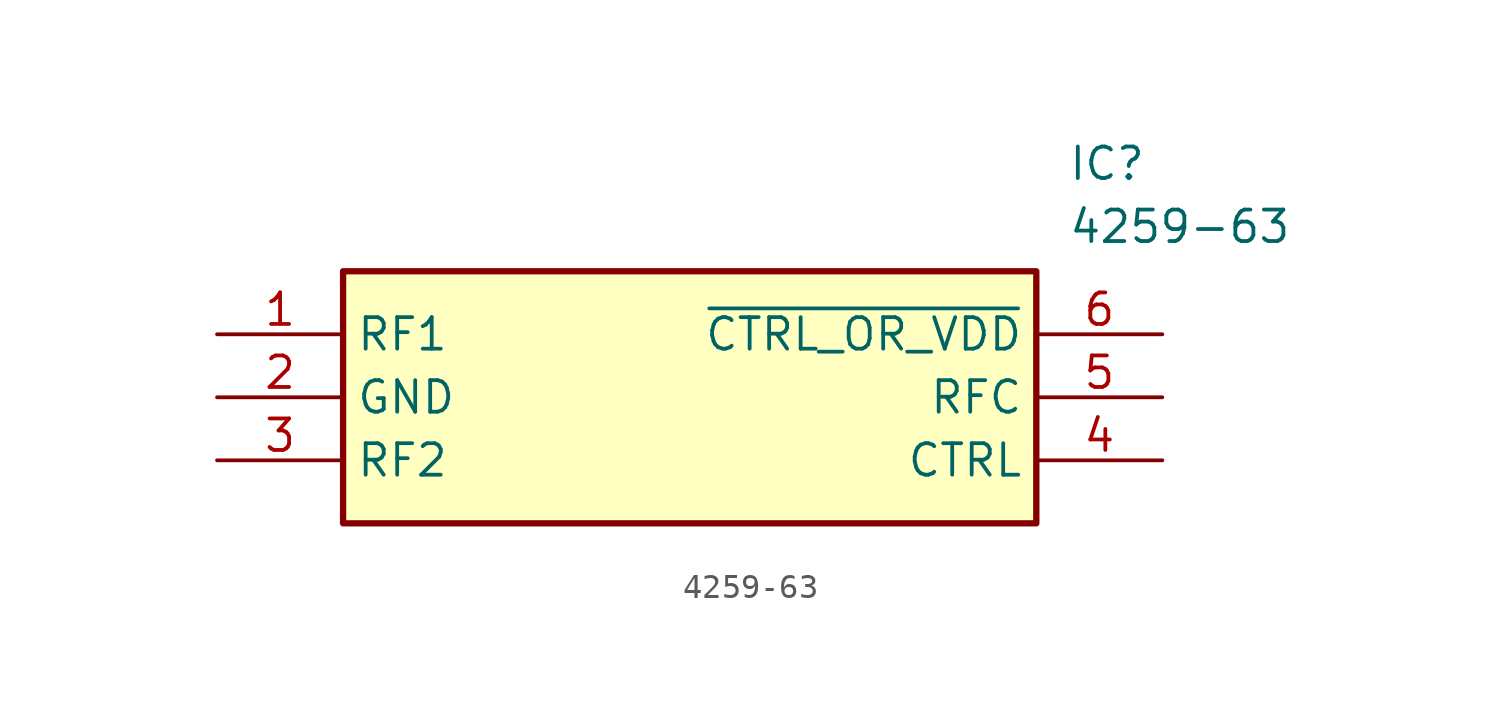
<source format=kicad_sym>
(kicad_symbol_lib
  (version 20211014)
  (generator SamacSys_ECAD_Model)
  (symbol "4259-63"
    (property "Reference" "IC"
      (at 34.29 7.62 0)
      (effects (font (size 1.27 1.27)) (justify left top)))
    (property "Value" "4259-63"
      (at 34.29 5.08 0)
      (effects (font (size 1.27 1.27)) (justify left top)))
    (rectangle
      (start 5.08 2.54)
      (end 33.02 -7.62)
      (stroke (width 0.254) (type default))
      (fill (type background)))
    (pin passive line
      (at 0 0 0)
      (length 5.08)
      (name "RF1" (effects (font (size 1.27 1.27))))
      (number "1" (effects (font (size 1.27 1.27)))))
    (pin passive line
      (at 0 -2.54 0)
      (length 5.08)
      (name "GND" (effects (font (size 1.27 1.27))))
      (number "2" (effects (font (size 1.27 1.27)))))
    (pin passive line
      (at 0 -5.08 0)
      (length 5.08)
      (name "RF2" (effects (font (size 1.27 1.27))))
      (number "3" (effects (font (size 1.27 1.27)))))
    (pin passive line
      (at 38.1 0 180)
      (length 5.08)
      (name "~{CTRL_OR_VDD}" (effects (font (size 1.27 1.27))))
      (number "6" (effects (font (size 1.27 1.27)))))
    (pin passive line
      (at 38.1 -2.54 180)
      (length 5.08)
      (name "RFC" (effects (font (size 1.27 1.27))))
      (number "5" (effects (font (size 1.27 1.27)))))
    (pin passive line
      (at 38.1 -5.08 180)
      (length 5.08)
      (name "CTRL" (effects (font (size 1.27 1.27))))
      (number "4" (effects (font (size 1.27 1.27)))))))
</source>
